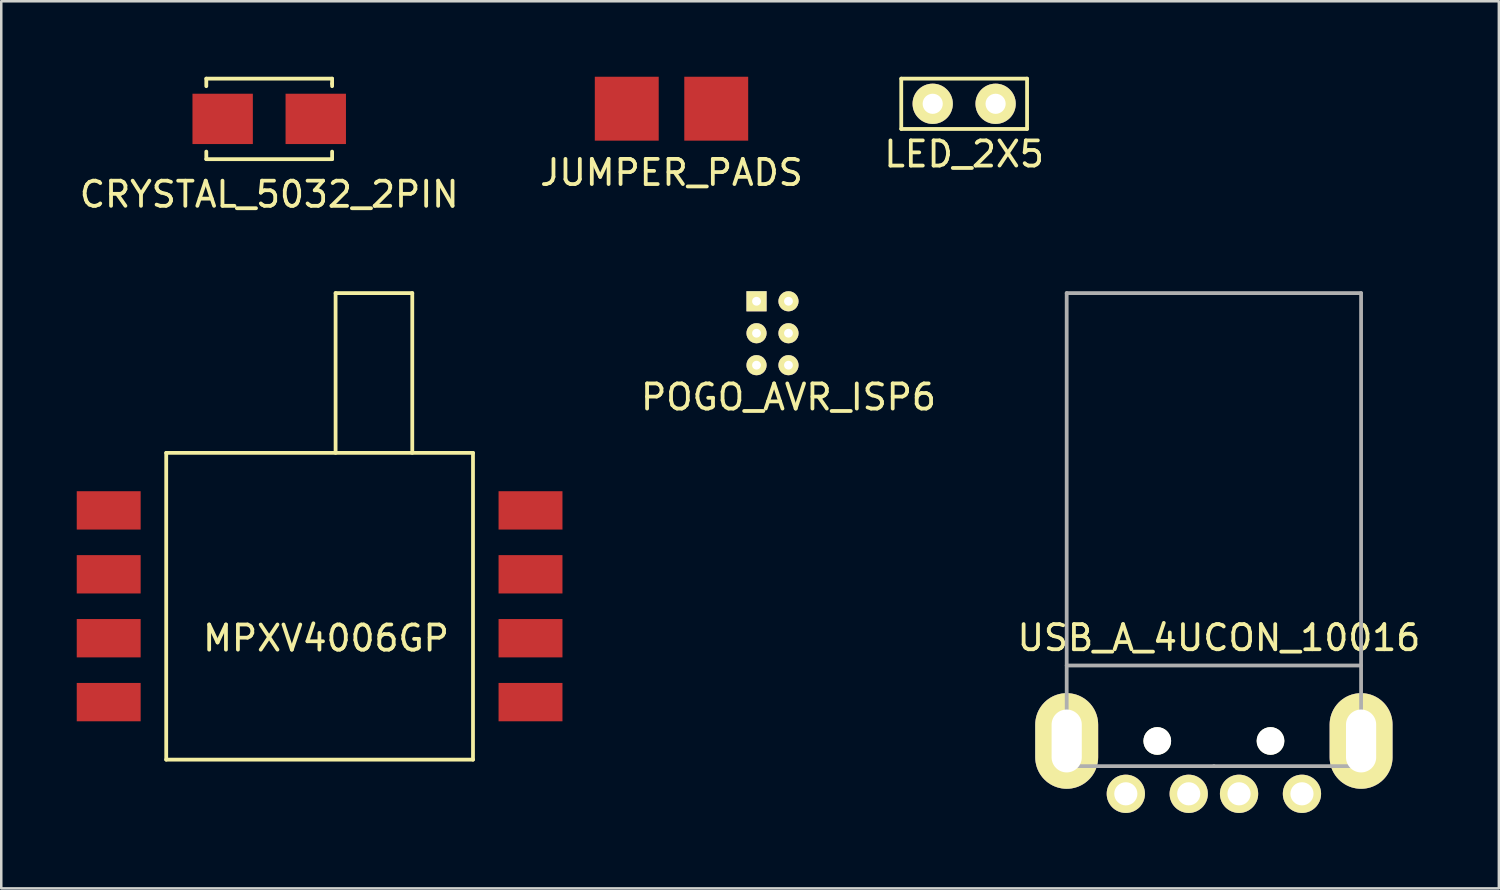
<source format=kicad_pcb>
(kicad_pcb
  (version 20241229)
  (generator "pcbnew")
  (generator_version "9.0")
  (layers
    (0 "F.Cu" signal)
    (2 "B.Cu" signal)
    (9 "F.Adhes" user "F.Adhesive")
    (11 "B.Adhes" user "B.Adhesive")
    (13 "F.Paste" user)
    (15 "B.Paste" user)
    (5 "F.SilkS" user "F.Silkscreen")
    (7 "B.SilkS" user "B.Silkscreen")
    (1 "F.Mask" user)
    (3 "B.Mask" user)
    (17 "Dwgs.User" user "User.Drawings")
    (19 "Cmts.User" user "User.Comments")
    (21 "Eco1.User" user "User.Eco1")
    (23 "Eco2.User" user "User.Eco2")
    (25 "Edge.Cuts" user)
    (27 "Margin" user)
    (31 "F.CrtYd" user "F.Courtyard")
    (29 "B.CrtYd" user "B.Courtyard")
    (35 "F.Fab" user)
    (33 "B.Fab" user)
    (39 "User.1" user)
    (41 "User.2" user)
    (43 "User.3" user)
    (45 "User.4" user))
  (footprint "CRYSTAL_5032_2PIN"
    (layer "F.Cu")
    (at 7.649 1.675)
    (property "Reference" "CRYSTAL_5032_2PIN" (at 0 3 0) (layer "F.SilkS") (effects (font (size 1 1) (thickness 0.15))))
    (attr through_hole)
    (fp_line (start -2.5 -1.6) (end -2.5 -1.3) (stroke (width 0.15) (type solid)) (layer "F.SilkS"))
    (fp_line (start -2.5 -1.6) (end 2.5 -1.6) (stroke (width 0.15) (type solid)) (layer "F.SilkS"))
    (fp_line (start -2.5 1.6) (end -2.5 1.3) (stroke (width 0.15) (type solid)) (layer "F.SilkS"))
    (fp_line (start -2.5 1.6) (end 2.5 1.6) (stroke (width 0.15) (type solid)) (layer "F.SilkS"))
    (fp_line (start 2.5 -1.6) (end 2.5 -1.4) (stroke (width 0.15) (type solid)) (layer "F.SilkS"))
    (fp_line (start 2.5 -1.4) (end 2.5 -1.3) (stroke (width 0.15) (type solid)) (layer "F.SilkS"))
    (fp_line (start 2.5 1.6) (end 2.5 1.3) (stroke (width 0.15) (type solid)) (layer "F.SilkS"))
    (pad "1" smd rect (at -1.85 0) (size 2.4 2) (layers "F.Cu" "F.Mask" "F.Paste"))
    (pad "2" smd rect (at 1.85 0) (size 2.4 2) (layers "F.Cu" "F.Mask" "F.Paste")))
  (footprint "MPXV4006GP"
    (layer "F.Cu")
    (at 9.652 21.044)
    (property "Reference" "MPXV4006GP" (at 0.254 1.27 0) (layer "F.SilkS") (effects (font (size 1 1) (thickness 0.15))))
    (attr through_hole)
    (fp_line (start -6.096 -6.096) (end -6.096 6.096) (stroke (width 0.15) (type solid)) (layer "F.SilkS"))
    (fp_line (start -6.096 -6.096) (end 6.096 -6.096) (stroke (width 0.15) (type solid)) (layer "F.SilkS"))
    (fp_line (start -6.096 6.096) (end 6.096 6.096) (stroke (width 0.15) (type solid)) (layer "F.SilkS"))
    (fp_line (start 0.635 -12.446) (end 0.635 -6.096) (stroke (width 0.15) (type solid)) (layer "F.SilkS"))
    (fp_line (start 3.683 -12.446) (end 0.635 -12.446) (stroke (width 0.15) (type solid)) (layer "F.SilkS"))
    (fp_line (start 3.683 -6.096) (end 3.683 -12.446) (stroke (width 0.15) (type solid)) (layer "F.SilkS"))
    (fp_line (start 6.096 -6.096) (end 6.096 6.096) (stroke (width 0.15) (type solid)) (layer "F.SilkS"))
    (pad "1" smd rect (at -8.382 -3.81) (size 2.54 1.524) (layers "F.Cu" "F.Mask" "F.Paste"))
    (pad "2" smd rect (at -8.382 -1.27) (size 2.54 1.524) (layers "F.Cu" "F.Mask" "F.Paste"))
    (pad "3" smd rect (at -8.382 1.27) (size 2.54 1.524) (layers "F.Cu" "F.Mask" "F.Paste"))
    (pad "4" smd rect (at -8.382 3.81) (size 2.54 1.524) (layers "F.Cu" "F.Mask" "F.Paste"))
    (pad "5" smd rect (at 8.382 3.81) (size 2.54 1.524) (layers "F.Cu" "F.Mask" "F.Paste"))
    (pad "6" smd rect (at 8.382 1.27) (size 2.54 1.524) (layers "F.Cu" "F.Mask" "F.Paste"))
    (pad "7" smd rect (at 8.382 -1.27) (size 2.54 1.524) (layers "F.Cu" "F.Mask" "F.Paste"))
    (pad "8" smd rect (at 8.382 -3.81) (size 2.54 1.524) (layers "F.Cu" "F.Mask" "F.Paste")))
  (footprint "USB_A_4UCON_10016"
    (layer "F.Cu")
    (at 45.193 28.498)
    (property "Reference" "USB_A_4UCON_10016" (at 0.2 -6.2 0) (layer "F.SilkS") (effects (font (size 1 1) (thickness 0.15))))
    (attr through_hole)
    (fp_line (start -5.85 -19.9) (end -5.85 -1.1) (stroke (width 0.15) (type solid)) (layer "F.Fab"))
    (fp_line (start -5.85 -5.1) (end 5.85 -5.1) (stroke (width 0.15) (type solid)) (layer "F.Fab"))
    (fp_line (start -5.85 -1.1) (end 0 -1.1) (stroke (width 0.15) (type solid)) (layer "F.Fab"))
    (fp_line (start 0 -1.1) (end 5.85 -1.1) (stroke (width 0.15) (type solid)) (layer "F.Fab"))
    (fp_line (start 5.85 -19.9) (end -5.85 -19.9) (stroke (width 0.15) (type solid)) (layer "F.Fab"))
    (fp_line (start 5.85 -1.1) (end 5.85 -19.9) (stroke (width 0.15) (type solid)) (layer "F.Fab"))
    (pad "" np_thru_hole circle (at -2.25 -2.1) (size 1.1 1.1) (drill 1.1) (layers "*.Cu" "*.Mask" "F.SilkS"))
    (pad "" np_thru_hole circle (at 2.25 -2.1) (size 1.1 1.1) (drill 1.1) (layers "*.Cu" "*.Mask" "F.SilkS"))
    (pad "1" thru_hole circle (at -3.5 0) (size 1.52 1.52) (drill 0.92) (layers "*.Cu" "*.Mask" "F.SilkS"))
    (pad "2" thru_hole circle (at -1 0) (size 1.52 1.52) (drill 0.92) (layers "*.Cu" "*.Mask" "F.SilkS"))
    (pad "3" thru_hole circle (at 1 0) (size 1.52 1.52) (drill 0.92) (layers "*.Cu" "*.Mask" "F.SilkS"))
    (pad "4" thru_hole circle (at 3.5 0) (size 1.52 1.52) (drill 0.92) (layers "*.Cu" "*.Mask" "F.SilkS"))
    (pad "5" thru_hole oval (at -5.85 -2.1) (size 2.5 3.8) (drill oval 1.2 2.5) (layers "*.Cu" "*.Mask" "F.SilkS"))
    (pad "5" thru_hole oval (at 5.85 -2.1) (size 2.5 3.8) (drill oval 1.2 2.5) (layers "*.Cu" "*.Mask" "F.SilkS")))
  (footprint "JUMPER_PADS"
    (layer "F.Cu")
    (at 23.637 1.27)
    (property "Reference" "JUMPER_PADS" (at 0 2.54 0) (layer "F.SilkS") (effects (font (size 1 1) (thickness 0.15))))
    (attr through_hole)
    (pad "1" smd rect (at -1.778 0) (size 2.54 2.54) (layers "F.Cu" "F.Mask" "F.Paste"))
    (pad "2" smd rect (at 1.778 0) (size 2.54 2.54) (layers "F.Cu" "F.Mask" "F.Paste")))
  (footprint "POGO_AVR_ISP6"
    (layer "F.Cu")
    (at 27.016 8.923)
    (property "Reference" "POGO_AVR_ISP6" (at 1.27 3.81 0) (layer "F.SilkS") (effects (font (size 1 1) (thickness 0.15))))
    (attr through_hole)
    (pad "1" thru_hole rect (at 0 0) (size 0.8 0.8) (drill 0.35) (layers "*.Cu" "*.Mask" "F.SilkS"))
    (pad "2" thru_hole circle (at 1.27 0) (size 0.8 0.8) (drill 0.35) (layers "*.Cu" "*.Mask" "F.SilkS"))
    (pad "3" thru_hole circle (at 0 1.27) (size 0.8 0.8) (drill 0.35) (layers "*.Cu" "*.Mask" "F.SilkS"))
    (pad "4" thru_hole circle (at 1.27 1.27) (size 0.8 0.8) (drill 0.35) (layers "*.Cu" "*.Mask" "F.SilkS"))
    (pad "5" thru_hole circle (at 0 2.54) (size 0.8 0.8) (drill 0.35) (layers "*.Cu" "*.Mask" "F.SilkS"))
    (pad "6" thru_hole circle (at 1.27 2.54) (size 0.8 0.8) (drill 0.35) (layers "*.Cu" "*.Mask" "F.SilkS")))
  (footprint "LED_2X5"
    (layer "F.Cu")
    (at 35.268 1.075)
    (property "Reference" "LED_2X5" (at 0 2 0) (layer "F.SilkS") (effects (font (size 1 1) (thickness 0.15))))
    (attr through_hole)
    (fp_line (start -2.5 -1) (end 2.5 -1) (stroke (width 0.15) (type solid)) (layer "F.SilkS"))
    (fp_line (start -2.5 1) (end -2.5 -1) (stroke (width 0.15) (type solid)) (layer "F.SilkS"))
    (fp_line (start 2.5 -1) (end 2.5 1) (stroke (width 0.15) (type solid)) (layer "F.SilkS"))
    (fp_line (start 2.5 1) (end -2.5 1) (stroke (width 0.15) (type solid)) (layer "F.SilkS"))
    (pad "1" thru_hole circle (at -1.25 0) (size 1.6 1.6) (drill 0.8) (layers "*.Cu" "*.Mask" "F.SilkS"))
    (pad "2" thru_hole circle (at 1.25 0) (size 1.6 1.6) (drill 0.8) (layers "*.Cu" "*.Mask" "F.SilkS")))
  (gr_rect
    (start -3 -3)
    (end 56.518 32.258)
    (stroke (width 0.1) (type default))
    (fill no)
    (layer "Edge.Cuts")))
</source>
